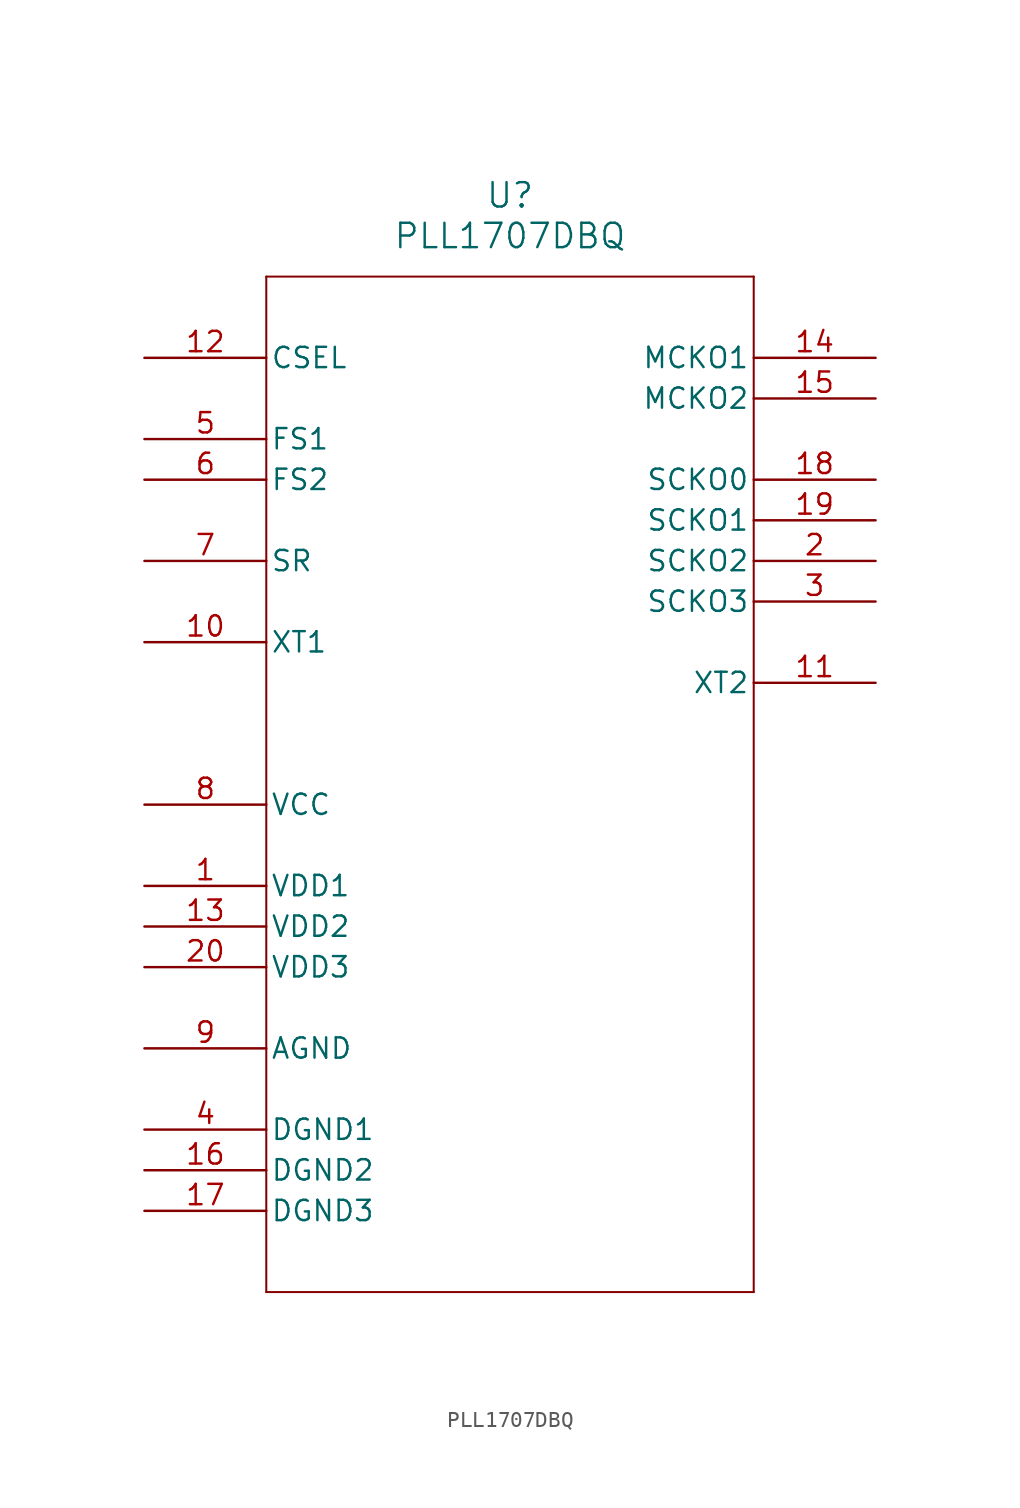
<source format=kicad_sym>
(kicad_symbol_lib
  (version 20211014)
  (generator kicad_symbol_editor)
  (symbol "PLL1707DBQ"
    (pin_names
      (offset 0.254))
    (property "Reference" "U"
      (at 22.86 10.16 0)
      (effects (font (size 1.524 1.524))))
    (property "Value" "PLL1707DBQ"
      (at 22.86 7.62 0)
      (effects (font (size 1.524 1.524))))
    (symbol "PLL1707DBQ_0_1"
      (polyline (pts (xy 7.62 5.08) (xy 7.62 -58.42)) (stroke (width 0.127) (type default) (color 0 0 0 0)) (fill (type none)))
      (polyline (pts (xy 7.62 -58.42) (xy 38.1 -58.42)) (stroke (width 0.127) (type default) (color 0 0 0 0)) (fill (type none)))
      (polyline (pts (xy 38.1 -58.42) (xy 38.1 5.08)) (stroke (width 0.127) (type default) (color 0 0 0 0)) (fill (type none)))
      (polyline (pts (xy 38.1 5.08) (xy 7.62 5.08)) (stroke (width 0.127) (type default) (color 0 0 0 0)) (fill (type none)))
      (pin power_in line (at 0 -33.02 0) (length 7.62) (name "VDD1" (effects (font (size 1.27 1.27)))) (number "1" (effects (font (size 1.27 1.27)))))
      (pin output line (at 45.72 -12.7 180) (length 7.62) (name "SCKO2" (effects (font (size 1.27 1.27)))) (number "2" (effects (font (size 1.27 1.27)))))
      (pin output line (at 45.72 -15.24 180) (length 7.62) (name "SCKO3" (effects (font (size 1.27 1.27)))) (number "3" (effects (font (size 1.27 1.27)))))
      (pin power_in line (at 0 -48.26 0) (length 7.62) (name "DGND1" (effects (font (size 1.27 1.27)))) (number "4" (effects (font (size 1.27 1.27)))))
      (pin input line (at 0 -5.08 0) (length 7.62) (name "FS1" (effects (font (size 1.27 1.27)))) (number "5" (effects (font (size 1.27 1.27)))))
      (pin input line (at 0 -7.62 0) (length 7.62) (name "FS2" (effects (font (size 1.27 1.27)))) (number "6" (effects (font (size 1.27 1.27)))))
      (pin input line (at 0 -12.7 0) (length 7.62) (name "SR" (effects (font (size 1.27 1.27)))) (number "7" (effects (font (size 1.27 1.27)))))
      (pin power_in line (at 0 -27.94 0) (length 7.62) (name "VCC" (effects (font (size 1.27 1.27)))) (number "8" (effects (font (size 1.27 1.27)))))
      (pin power_in line (at 0 -43.18 0) (length 7.62) (name "AGND" (effects (font (size 1.27 1.27)))) (number "9" (effects (font (size 1.27 1.27)))))
      (pin input line (at 0 -17.78 0) (length 7.62) (name "XT1" (effects (font (size 1.27 1.27)))) (number "10" (effects (font (size 1.27 1.27)))))
      (pin output line (at 45.72 -20.32 180) (length 7.62) (name "XT2" (effects (font (size 1.27 1.27)))) (number "11" (effects (font (size 1.27 1.27)))))
      (pin input line (at 0 0 0) (length 7.62) (name "CSEL" (effects (font (size 1.27 1.27)))) (number "12" (effects (font (size 1.27 1.27)))))
      (pin power_in line (at 0 -35.56 0) (length 7.62) (name "VDD2" (effects (font (size 1.27 1.27)))) (number "13" (effects (font (size 1.27 1.27)))))
      (pin output line (at 45.72 0 180) (length 7.62) (name "MCKO1" (effects (font (size 1.27 1.27)))) (number "14" (effects (font (size 1.27 1.27)))))
      (pin output line (at 45.72 -2.54 180) (length 7.62) (name "MCKO2" (effects (font (size 1.27 1.27)))) (number "15" (effects (font (size 1.27 1.27)))))
      (pin power_in line (at 0 -50.8 0) (length 7.62) (name "DGND2" (effects (font (size 1.27 1.27)))) (number "16" (effects (font (size 1.27 1.27)))))
      (pin power_in line (at 0 -53.34 0) (length 7.62) (name "DGND3" (effects (font (size 1.27 1.27)))) (number "17" (effects (font (size 1.27 1.27)))))
      (pin output line (at 45.72 -7.62 180) (length 7.62) (name "SCKO0" (effects (font (size 1.27 1.27)))) (number "18" (effects (font (size 1.27 1.27)))))
      (pin output line (at 45.72 -10.16 180) (length 7.62) (name "SCKO1" (effects (font (size 1.27 1.27)))) (number "19" (effects (font (size 1.27 1.27)))))
      (pin power_in line (at 0 -38.1 0) (length 7.62) (name "VDD3" (effects (font (size 1.27 1.27)))) (number "20" (effects (font (size 1.27 1.27))))))))
</source>
